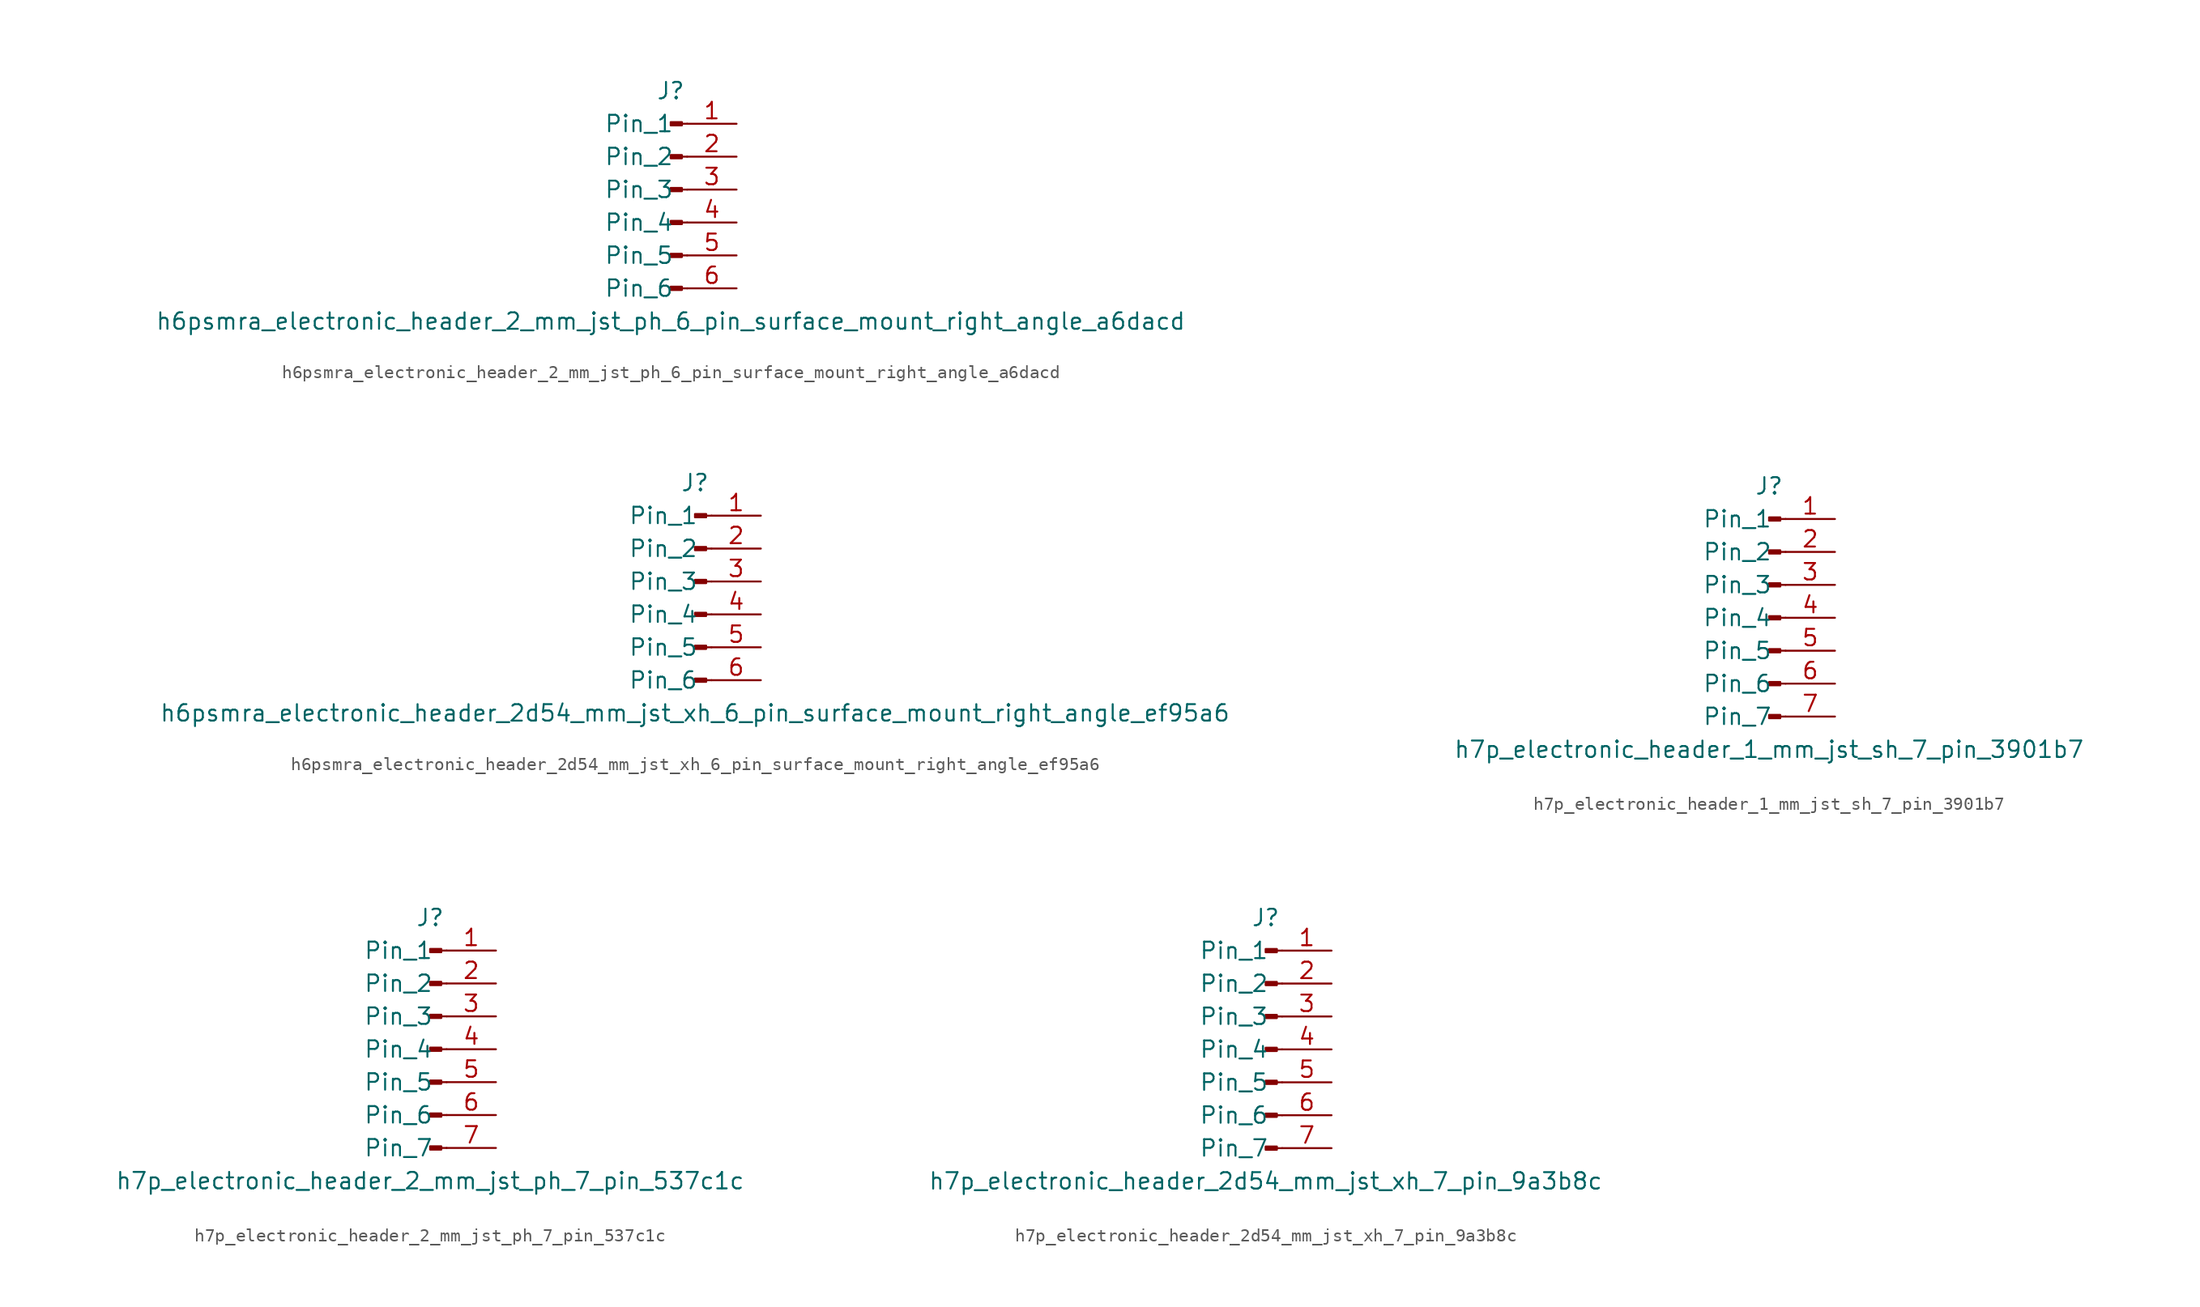
<source format=kicad_sym>
(kicad_symbol_lib
  (version 20220914)
  (generator kicad_symbol_editor)
  (symbol "h6psmra_electronic_header_2_mm_jst_ph_6_pin_surface_mount_right_angle_a6dacd"
    (pin_names
      (offset 1.016))
    (property "Reference" "J"
      (at 0 7.62 0)
      (effects (font (size 1.27 1.27))))
    (property "Value" "h6psmra_electronic_header_2_mm_jst_ph_6_pin_surface_mount_right_angle_a6dacd"
      (at 0 -10.16 0)
      (effects (font (size 1.27 1.27))))
    (property "ki_locked" ""
      (at 0 0 0)
      (effects (font (size 1.27 1.27))))
    (symbol "h6psmra_electronic_header_2_mm_jst_ph_6_pin_surface_mount_right_angle_a6dacd_1_1"
      (polyline (pts (xy 1.27 -7.62) (xy 0.864 -7.62)) (stroke (width 0.152) (type default)) (fill (type none)))
      (polyline (pts (xy 1.27 -5.08) (xy 0.864 -5.08)) (stroke (width 0.152) (type default)) (fill (type none)))
      (polyline (pts (xy 1.27 -2.54) (xy 0.864 -2.54)) (stroke (width 0.152) (type default)) (fill (type none)))
      (polyline (pts (xy 1.27 0) (xy 0.864 0)) (stroke (width 0.152) (type default)) (fill (type none)))
      (polyline (pts (xy 1.27 2.54) (xy 0.864 2.54)) (stroke (width 0.152) (type default)) (fill (type none)))
      (polyline (pts (xy 1.27 5.08) (xy 0.864 5.08)) (stroke (width 0.152) (type default)) (fill (type none)))
      (rectangle (start 0.864 -7.493) (end 0 -7.747) (stroke (width 0.152) (type default)) (fill (type outline)))
      (rectangle (start 0.864 -4.953) (end 0 -5.207) (stroke (width 0.152) (type default)) (fill (type outline)))
      (rectangle (start 0.864 -2.413) (end 0 -2.667) (stroke (width 0.152) (type default)) (fill (type outline)))
      (rectangle (start 0.864 0.127) (end 0 -0.127) (stroke (width 0.152) (type default)) (fill (type outline)))
      (rectangle (start 0.864 2.667) (end 0 2.413) (stroke (width 0.152) (type default)) (fill (type outline)))
      (rectangle (start 0.864 5.207) (end 0 4.953) (stroke (width 0.152) (type default)) (fill (type outline)))
      (pin passive line (at 5.08 5.08 180) (length 3.81) (name "Pin_1" (effects (font (size 1.27 1.27)))) (number "1" (effects (font (size 1.27 1.27)))))
      (pin passive line (at 5.08 2.54 180) (length 3.81) (name "Pin_2" (effects (font (size 1.27 1.27)))) (number "2" (effects (font (size 1.27 1.27)))))
      (pin passive line (at 5.08 0 180) (length 3.81) (name "Pin_3" (effects (font (size 1.27 1.27)))) (number "3" (effects (font (size 1.27 1.27)))))
      (pin passive line (at 5.08 -2.54 180) (length 3.81) (name "Pin_4" (effects (font (size 1.27 1.27)))) (number "4" (effects (font (size 1.27 1.27)))))
      (pin passive line (at 5.08 -5.08 180) (length 3.81) (name "Pin_5" (effects (font (size 1.27 1.27)))) (number "5" (effects (font (size 1.27 1.27)))))
      (pin passive line (at 5.08 -7.62 180) (length 3.81) (name "Pin_6" (effects (font (size 1.27 1.27)))) (number "6" (effects (font (size 1.27 1.27)))))))
  (symbol "h6psmra_electronic_header_2d54_mm_jst_xh_6_pin_surface_mount_right_angle_ef95a6"
    (pin_names
      (offset 1.016))
    (property "Reference" "J"
      (at 0 7.62 0)
      (effects (font (size 1.27 1.27))))
    (property "Value" "h6psmra_electronic_header_2d54_mm_jst_xh_6_pin_surface_mount_right_angle_ef95a6"
      (at 0 -10.16 0)
      (effects (font (size 1.27 1.27))))
    (property "ki_locked" ""
      (at 0 0 0)
      (effects (font (size 1.27 1.27))))
    (symbol "h6psmra_electronic_header_2d54_mm_jst_xh_6_pin_surface_mount_right_angle_ef95a6_1_1"
      (polyline (pts (xy 1.27 -7.62) (xy 0.864 -7.62)) (stroke (width 0.152) (type default)) (fill (type none)))
      (polyline (pts (xy 1.27 -5.08) (xy 0.864 -5.08)) (stroke (width 0.152) (type default)) (fill (type none)))
      (polyline (pts (xy 1.27 -2.54) (xy 0.864 -2.54)) (stroke (width 0.152) (type default)) (fill (type none)))
      (polyline (pts (xy 1.27 0) (xy 0.864 0)) (stroke (width 0.152) (type default)) (fill (type none)))
      (polyline (pts (xy 1.27 2.54) (xy 0.864 2.54)) (stroke (width 0.152) (type default)) (fill (type none)))
      (polyline (pts (xy 1.27 5.08) (xy 0.864 5.08)) (stroke (width 0.152) (type default)) (fill (type none)))
      (rectangle (start 0.864 -7.493) (end 0 -7.747) (stroke (width 0.152) (type default)) (fill (type outline)))
      (rectangle (start 0.864 -4.953) (end 0 -5.207) (stroke (width 0.152) (type default)) (fill (type outline)))
      (rectangle (start 0.864 -2.413) (end 0 -2.667) (stroke (width 0.152) (type default)) (fill (type outline)))
      (rectangle (start 0.864 0.127) (end 0 -0.127) (stroke (width 0.152) (type default)) (fill (type outline)))
      (rectangle (start 0.864 2.667) (end 0 2.413) (stroke (width 0.152) (type default)) (fill (type outline)))
      (rectangle (start 0.864 5.207) (end 0 4.953) (stroke (width 0.152) (type default)) (fill (type outline)))
      (pin passive line (at 5.08 5.08 180) (length 3.81) (name "Pin_1" (effects (font (size 1.27 1.27)))) (number "1" (effects (font (size 1.27 1.27)))))
      (pin passive line (at 5.08 2.54 180) (length 3.81) (name "Pin_2" (effects (font (size 1.27 1.27)))) (number "2" (effects (font (size 1.27 1.27)))))
      (pin passive line (at 5.08 0 180) (length 3.81) (name "Pin_3" (effects (font (size 1.27 1.27)))) (number "3" (effects (font (size 1.27 1.27)))))
      (pin passive line (at 5.08 -2.54 180) (length 3.81) (name "Pin_4" (effects (font (size 1.27 1.27)))) (number "4" (effects (font (size 1.27 1.27)))))
      (pin passive line (at 5.08 -5.08 180) (length 3.81) (name "Pin_5" (effects (font (size 1.27 1.27)))) (number "5" (effects (font (size 1.27 1.27)))))
      (pin passive line (at 5.08 -7.62 180) (length 3.81) (name "Pin_6" (effects (font (size 1.27 1.27)))) (number "6" (effects (font (size 1.27 1.27)))))))
  (symbol "h7p_electronic_header_1_mm_jst_sh_7_pin_3901b7"
    (pin_names
      (offset 1.016))
    (property "Reference" "J"
      (at 0 10.16 0)
      (effects (font (size 1.27 1.27))))
    (property "Value" "h7p_electronic_header_1_mm_jst_sh_7_pin_3901b7"
      (at 0 -10.16 0)
      (effects (font (size 1.27 1.27))))
    (property "ki_locked" ""
      (at 0 0 0)
      (effects (font (size 1.27 1.27))))
    (symbol "h7p_electronic_header_1_mm_jst_sh_7_pin_3901b7_1_1"
      (polyline (pts (xy 1.27 -7.62) (xy 0.864 -7.62)) (stroke (width 0.152) (type default)) (fill (type none)))
      (polyline (pts (xy 1.27 -5.08) (xy 0.864 -5.08)) (stroke (width 0.152) (type default)) (fill (type none)))
      (polyline (pts (xy 1.27 -2.54) (xy 0.864 -2.54)) (stroke (width 0.152) (type default)) (fill (type none)))
      (polyline (pts (xy 1.27 0) (xy 0.864 0)) (stroke (width 0.152) (type default)) (fill (type none)))
      (polyline (pts (xy 1.27 2.54) (xy 0.864 2.54)) (stroke (width 0.152) (type default)) (fill (type none)))
      (polyline (pts (xy 1.27 5.08) (xy 0.864 5.08)) (stroke (width 0.152) (type default)) (fill (type none)))
      (polyline (pts (xy 1.27 7.62) (xy 0.864 7.62)) (stroke (width 0.152) (type default)) (fill (type none)))
      (rectangle (start 0.864 -7.493) (end 0 -7.747) (stroke (width 0.152) (type default)) (fill (type outline)))
      (rectangle (start 0.864 -4.953) (end 0 -5.207) (stroke (width 0.152) (type default)) (fill (type outline)))
      (rectangle (start 0.864 -2.413) (end 0 -2.667) (stroke (width 0.152) (type default)) (fill (type outline)))
      (rectangle (start 0.864 0.127) (end 0 -0.127) (stroke (width 0.152) (type default)) (fill (type outline)))
      (rectangle (start 0.864 2.667) (end 0 2.413) (stroke (width 0.152) (type default)) (fill (type outline)))
      (rectangle (start 0.864 5.207) (end 0 4.953) (stroke (width 0.152) (type default)) (fill (type outline)))
      (rectangle (start 0.864 7.747) (end 0 7.493) (stroke (width 0.152) (type default)) (fill (type outline)))
      (pin passive line (at 5.08 7.62 180) (length 3.81) (name "Pin_1" (effects (font (size 1.27 1.27)))) (number "1" (effects (font (size 1.27 1.27)))))
      (pin passive line (at 5.08 5.08 180) (length 3.81) (name "Pin_2" (effects (font (size 1.27 1.27)))) (number "2" (effects (font (size 1.27 1.27)))))
      (pin passive line (at 5.08 2.54 180) (length 3.81) (name "Pin_3" (effects (font (size 1.27 1.27)))) (number "3" (effects (font (size 1.27 1.27)))))
      (pin passive line (at 5.08 0 180) (length 3.81) (name "Pin_4" (effects (font (size 1.27 1.27)))) (number "4" (effects (font (size 1.27 1.27)))))
      (pin passive line (at 5.08 -2.54 180) (length 3.81) (name "Pin_5" (effects (font (size 1.27 1.27)))) (number "5" (effects (font (size 1.27 1.27)))))
      (pin passive line (at 5.08 -5.08 180) (length 3.81) (name "Pin_6" (effects (font (size 1.27 1.27)))) (number "6" (effects (font (size 1.27 1.27)))))
      (pin passive line (at 5.08 -7.62 180) (length 3.81) (name "Pin_7" (effects (font (size 1.27 1.27)))) (number "7" (effects (font (size 1.27 1.27)))))))
  (symbol "h7p_electronic_header_2_mm_jst_ph_7_pin_537c1c"
    (pin_names
      (offset 1.016))
    (property "Reference" "J"
      (at 0 10.16 0)
      (effects (font (size 1.27 1.27))))
    (property "Value" "h7p_electronic_header_2_mm_jst_ph_7_pin_537c1c"
      (at 0 -10.16 0)
      (effects (font (size 1.27 1.27))))
    (property "ki_locked" ""
      (at 0 0 0)
      (effects (font (size 1.27 1.27))))
    (symbol "h7p_electronic_header_2_mm_jst_ph_7_pin_537c1c_1_1"
      (polyline (pts (xy 1.27 -7.62) (xy 0.864 -7.62)) (stroke (width 0.152) (type default)) (fill (type none)))
      (polyline (pts (xy 1.27 -5.08) (xy 0.864 -5.08)) (stroke (width 0.152) (type default)) (fill (type none)))
      (polyline (pts (xy 1.27 -2.54) (xy 0.864 -2.54)) (stroke (width 0.152) (type default)) (fill (type none)))
      (polyline (pts (xy 1.27 0) (xy 0.864 0)) (stroke (width 0.152) (type default)) (fill (type none)))
      (polyline (pts (xy 1.27 2.54) (xy 0.864 2.54)) (stroke (width 0.152) (type default)) (fill (type none)))
      (polyline (pts (xy 1.27 5.08) (xy 0.864 5.08)) (stroke (width 0.152) (type default)) (fill (type none)))
      (polyline (pts (xy 1.27 7.62) (xy 0.864 7.62)) (stroke (width 0.152) (type default)) (fill (type none)))
      (rectangle (start 0.864 -7.493) (end 0 -7.747) (stroke (width 0.152) (type default)) (fill (type outline)))
      (rectangle (start 0.864 -4.953) (end 0 -5.207) (stroke (width 0.152) (type default)) (fill (type outline)))
      (rectangle (start 0.864 -2.413) (end 0 -2.667) (stroke (width 0.152) (type default)) (fill (type outline)))
      (rectangle (start 0.864 0.127) (end 0 -0.127) (stroke (width 0.152) (type default)) (fill (type outline)))
      (rectangle (start 0.864 2.667) (end 0 2.413) (stroke (width 0.152) (type default)) (fill (type outline)))
      (rectangle (start 0.864 5.207) (end 0 4.953) (stroke (width 0.152) (type default)) (fill (type outline)))
      (rectangle (start 0.864 7.747) (end 0 7.493) (stroke (width 0.152) (type default)) (fill (type outline)))
      (pin passive line (at 5.08 7.62 180) (length 3.81) (name "Pin_1" (effects (font (size 1.27 1.27)))) (number "1" (effects (font (size 1.27 1.27)))))
      (pin passive line (at 5.08 5.08 180) (length 3.81) (name "Pin_2" (effects (font (size 1.27 1.27)))) (number "2" (effects (font (size 1.27 1.27)))))
      (pin passive line (at 5.08 2.54 180) (length 3.81) (name "Pin_3" (effects (font (size 1.27 1.27)))) (number "3" (effects (font (size 1.27 1.27)))))
      (pin passive line (at 5.08 0 180) (length 3.81) (name "Pin_4" (effects (font (size 1.27 1.27)))) (number "4" (effects (font (size 1.27 1.27)))))
      (pin passive line (at 5.08 -2.54 180) (length 3.81) (name "Pin_5" (effects (font (size 1.27 1.27)))) (number "5" (effects (font (size 1.27 1.27)))))
      (pin passive line (at 5.08 -5.08 180) (length 3.81) (name "Pin_6" (effects (font (size 1.27 1.27)))) (number "6" (effects (font (size 1.27 1.27)))))
      (pin passive line (at 5.08 -7.62 180) (length 3.81) (name "Pin_7" (effects (font (size 1.27 1.27)))) (number "7" (effects (font (size 1.27 1.27)))))))
  (symbol "h7p_electronic_header_2d54_mm_jst_xh_7_pin_9a3b8c"
    (pin_names
      (offset 1.016))
    (property "Reference" "J"
      (at 0 10.16 0)
      (effects (font (size 1.27 1.27))))
    (property "Value" "h7p_electronic_header_2d54_mm_jst_xh_7_pin_9a3b8c"
      (at 0 -10.16 0)
      (effects (font (size 1.27 1.27))))
    (property "ki_locked" ""
      (at 0 0 0)
      (effects (font (size 1.27 1.27))))
    (symbol "h7p_electronic_header_2d54_mm_jst_xh_7_pin_9a3b8c_1_1"
      (polyline (pts (xy 1.27 -7.62) (xy 0.864 -7.62)) (stroke (width 0.152) (type default)) (fill (type none)))
      (polyline (pts (xy 1.27 -5.08) (xy 0.864 -5.08)) (stroke (width 0.152) (type default)) (fill (type none)))
      (polyline (pts (xy 1.27 -2.54) (xy 0.864 -2.54)) (stroke (width 0.152) (type default)) (fill (type none)))
      (polyline (pts (xy 1.27 0) (xy 0.864 0)) (stroke (width 0.152) (type default)) (fill (type none)))
      (polyline (pts (xy 1.27 2.54) (xy 0.864 2.54)) (stroke (width 0.152) (type default)) (fill (type none)))
      (polyline (pts (xy 1.27 5.08) (xy 0.864 5.08)) (stroke (width 0.152) (type default)) (fill (type none)))
      (polyline (pts (xy 1.27 7.62) (xy 0.864 7.62)) (stroke (width 0.152) (type default)) (fill (type none)))
      (rectangle (start 0.864 -7.493) (end 0 -7.747) (stroke (width 0.152) (type default)) (fill (type outline)))
      (rectangle (start 0.864 -4.953) (end 0 -5.207) (stroke (width 0.152) (type default)) (fill (type outline)))
      (rectangle (start 0.864 -2.413) (end 0 -2.667) (stroke (width 0.152) (type default)) (fill (type outline)))
      (rectangle (start 0.864 0.127) (end 0 -0.127) (stroke (width 0.152) (type default)) (fill (type outline)))
      (rectangle (start 0.864 2.667) (end 0 2.413) (stroke (width 0.152) (type default)) (fill (type outline)))
      (rectangle (start 0.864 5.207) (end 0 4.953) (stroke (width 0.152) (type default)) (fill (type outline)))
      (rectangle (start 0.864 7.747) (end 0 7.493) (stroke (width 0.152) (type default)) (fill (type outline)))
      (pin passive line (at 5.08 7.62 180) (length 3.81) (name "Pin_1" (effects (font (size 1.27 1.27)))) (number "1" (effects (font (size 1.27 1.27)))))
      (pin passive line (at 5.08 5.08 180) (length 3.81) (name "Pin_2" (effects (font (size 1.27 1.27)))) (number "2" (effects (font (size 1.27 1.27)))))
      (pin passive line (at 5.08 2.54 180) (length 3.81) (name "Pin_3" (effects (font (size 1.27 1.27)))) (number "3" (effects (font (size 1.27 1.27)))))
      (pin passive line (at 5.08 0 180) (length 3.81) (name "Pin_4" (effects (font (size 1.27 1.27)))) (number "4" (effects (font (size 1.27 1.27)))))
      (pin passive line (at 5.08 -2.54 180) (length 3.81) (name "Pin_5" (effects (font (size 1.27 1.27)))) (number "5" (effects (font (size 1.27 1.27)))))
      (pin passive line (at 5.08 -5.08 180) (length 3.81) (name "Pin_6" (effects (font (size 1.27 1.27)))) (number "6" (effects (font (size 1.27 1.27)))))
      (pin passive line (at 5.08 -7.62 180) (length 3.81) (name "Pin_7" (effects (font (size 1.27 1.27)))) (number "7" (effects (font (size 1.27 1.27))))))))
</source>
